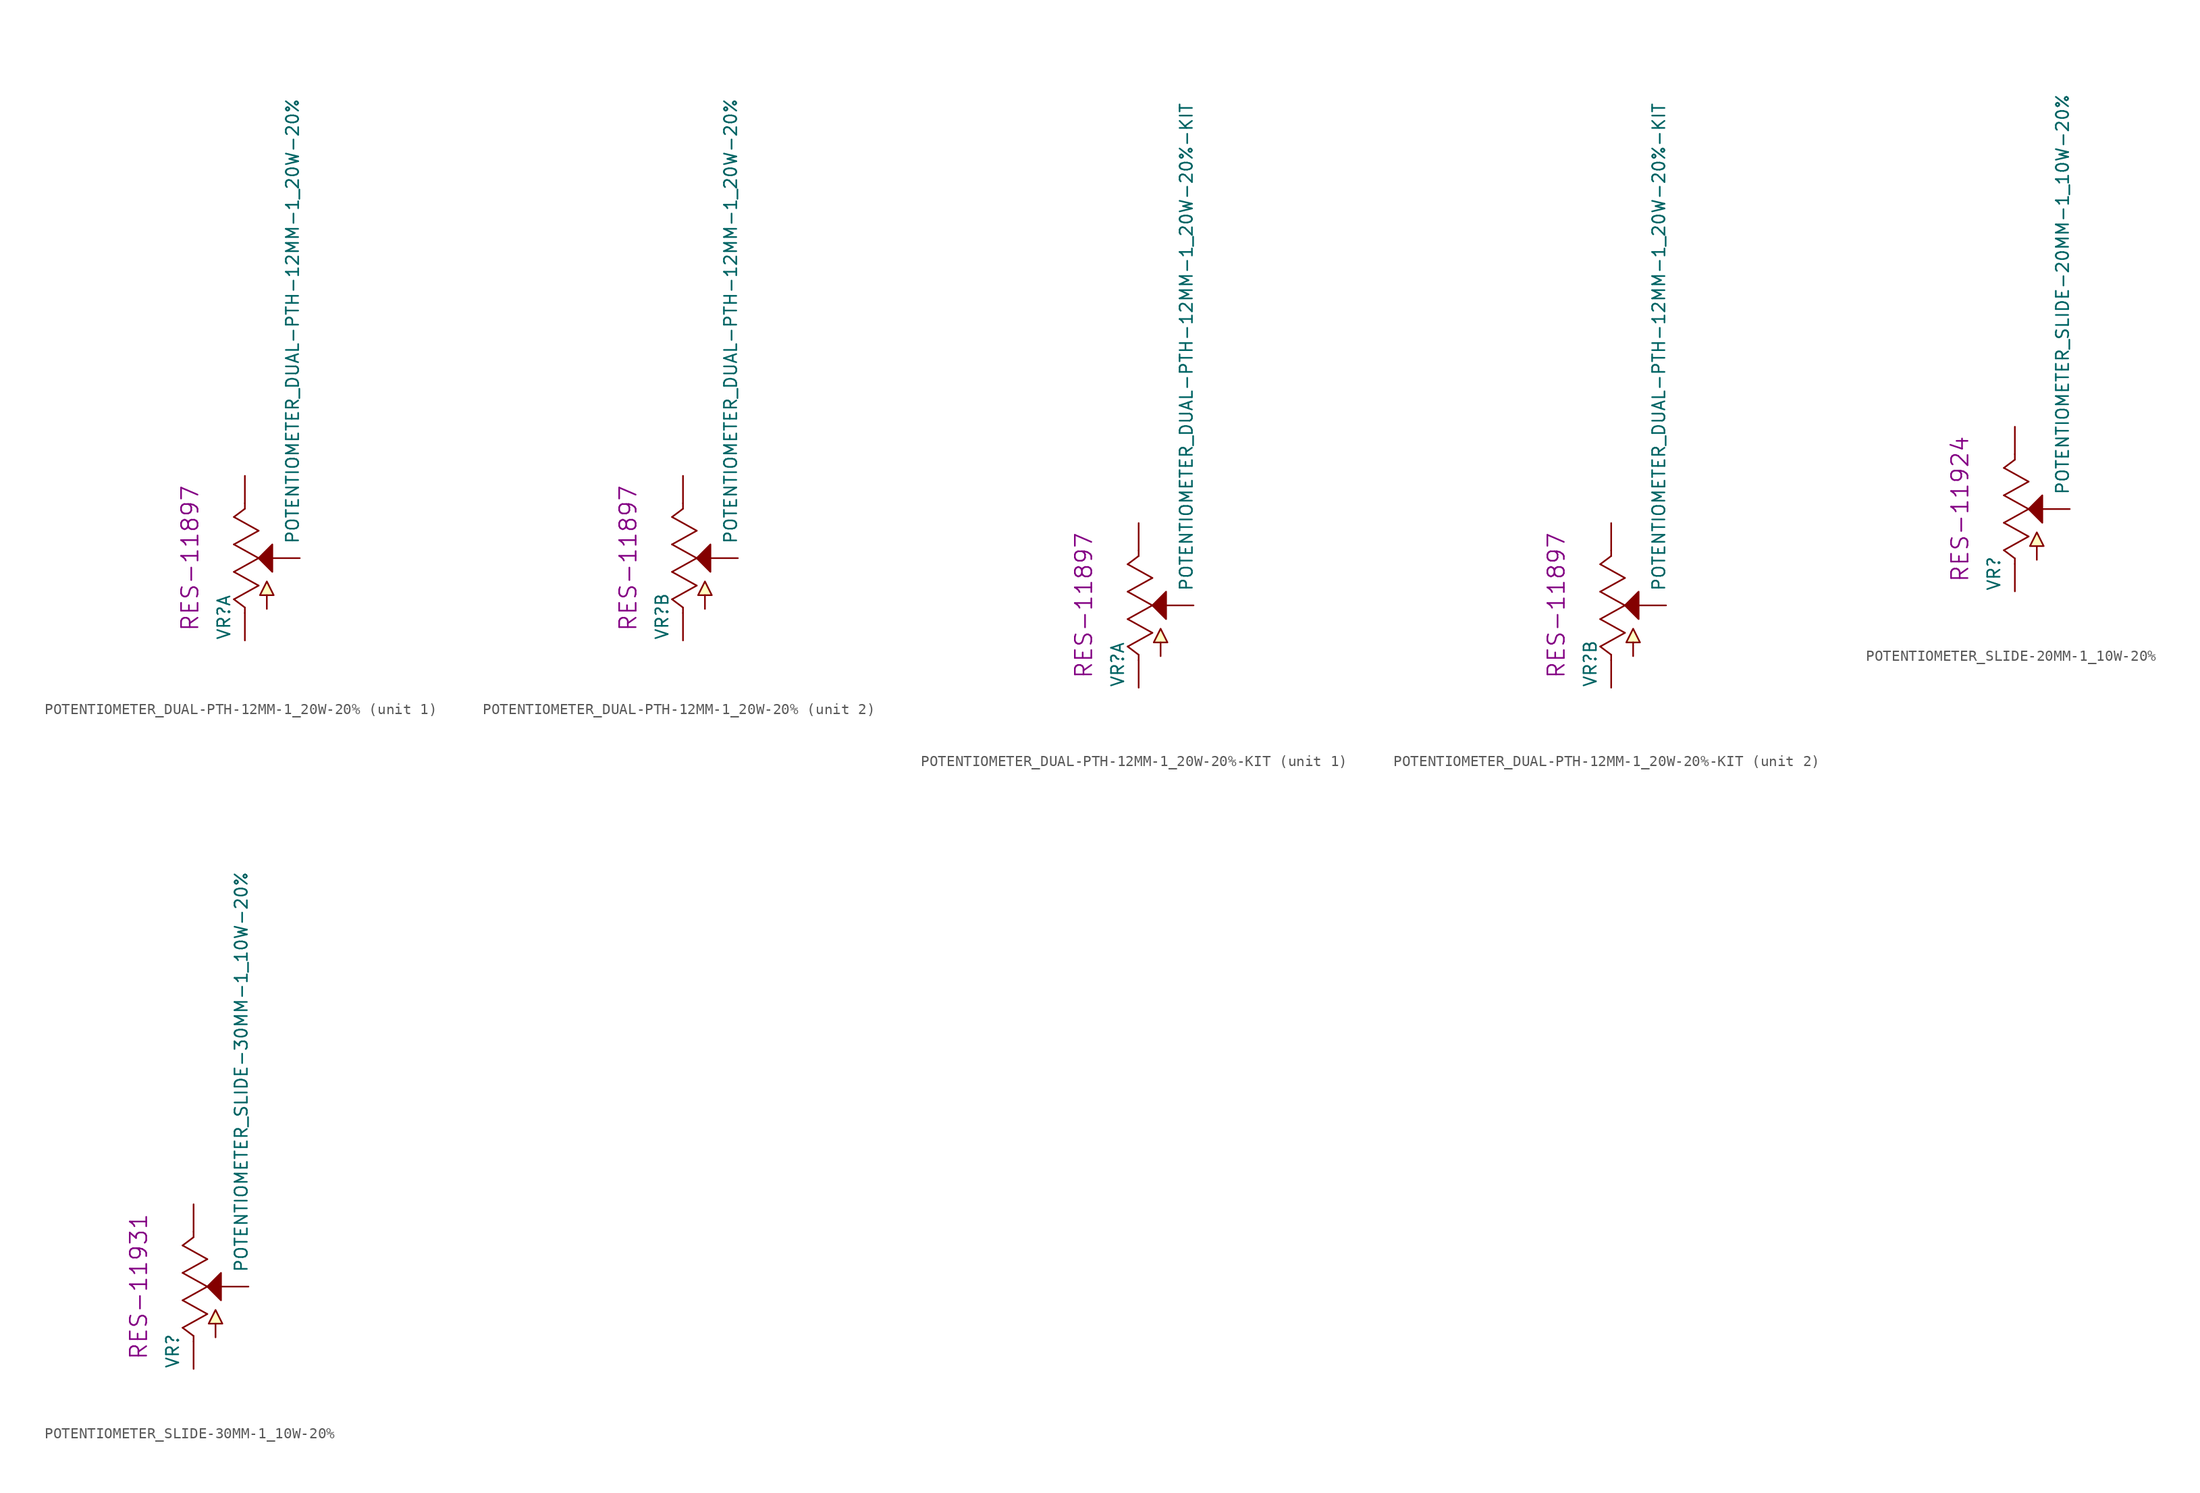
<source format=kicad_sym>
(kicad_symbol_lib
  (version 20211014)
  (generator kicad_symbol_editor)
  (symbol "POTENTIOMETER_DUAL-PTH-12MM-1_20W-20%"
    (pin_numbers hide)
    (pin_names
      (offset 1.016) hide)
    (property "Reference" "VR"
      (at -1.27 -7.62 90)
      (effects (font (size 1.143 1.143)) (justify left bottom)))
    (property "Value" "POTENTIOMETER_DUAL-PTH-12MM-1_20W-20%"
      (at 5.08 1.27 90)
      (effects (font (size 1.143 1.143)) (justify left bottom)))
    (property "Field4" "RES-11897"
      (at -5.08 0 90)
      (effects (font (size 1.524 1.524))))
    (property "ki_locked" ""
      (at 0 0 0)
      (effects (font (size 1.27 1.27))))
    (symbol "POTENTIOMETER_DUAL-PTH-12MM-1_20W-20%_1_0"
      (polyline (pts (xy -1.016 -3.81) (xy 1.27 -2.54)) (stroke (width 0) (type default) (color 0 0 0 0)) (fill (type none)))
      (polyline (pts (xy -1.016 -1.27) (xy 1.27 0)) (stroke (width 0) (type default) (color 0 0 0 0)) (fill (type none)))
      (polyline (pts (xy -1.016 1.27) (xy 1.27 2.54)) (stroke (width 0) (type default) (color 0 0 0 0)) (fill (type none)))
      (polyline (pts (xy -1.016 3.81) (xy 0 4.572)) (stroke (width 0) (type default) (color 0 0 0 0)) (fill (type none)))
      (polyline (pts (xy 0 -5.08) (xy 0 -4.572)) (stroke (width 0) (type default) (color 0 0 0 0)) (fill (type none)))
      (polyline (pts (xy 0 -4.572) (xy -1.016 -3.81)) (stroke (width 0) (type default) (color 0 0 0 0)) (fill (type none)))
      (polyline (pts (xy 0 4.572) (xy 0 5.08)) (stroke (width 0) (type default) (color 0 0 0 0)) (fill (type none)))
      (polyline (pts (xy 1.27 -2.54) (xy -1.016 -1.27)) (stroke (width 0) (type default) (color 0 0 0 0)) (fill (type none)))
      (polyline (pts (xy 1.27 0) (xy -1.016 1.27)) (stroke (width 0) (type default) (color 0 0 0 0)) (fill (type none)))
      (polyline (pts (xy 1.27 2.54) (xy -1.016 3.81)) (stroke (width 0) (type default) (color 0 0 0 0)) (fill (type none)))
      (polyline (pts (xy 2.032 -4.699) (xy 2.032 -3.429)) (stroke (width 0) (type default) (color 0 0 0 0)) (fill (type none))))
    (symbol "POTENTIOMETER_DUAL-PTH-12MM-1_20W-20%_1_1"
      (polyline (pts (xy 2.032 -2.159) (xy 2.667 -3.429) (xy 2.032 -3.429) (xy 1.397 -3.429) (xy 2.032 -2.159)) (stroke (width 0) (type default) (color 0 0 0 0)) (fill (type background)))
      (polyline (pts (xy 2.54 -1.27) (xy 1.27 0) (xy 1.27 0) (xy 2.54 1.27) (xy 2.54 1.27) (xy 2.54 -1.27)) (stroke (width 0) (type default) (color 0 0 0 0)) (fill (type outline)))
      (pin passive line (at 0 7.62 270) (length 2.54) (name "E" (effects (font (size 1.016 1.016)))) (number "A1" (effects (font (size 1.016 1.016)))))
      (pin passive line (at 5.08 0 180) (length 2.54) (name "S" (effects (font (size 1.016 1.016)))) (number "A2" (effects (font (size 1.016 1.016)))))
      (pin passive line (at 0 -7.62 90) (length 2.54) (name "A" (effects (font (size 1.016 1.016)))) (number "A3" (effects (font (size 1.016 1.016))))))
    (symbol "POTENTIOMETER_DUAL-PTH-12MM-1_20W-20%_2_0"
      (polyline (pts (xy -1.016 -3.81) (xy 1.27 -2.54)) (stroke (width 0) (type default) (color 0 0 0 0)) (fill (type none)))
      (polyline (pts (xy -1.016 -1.27) (xy 1.27 0)) (stroke (width 0) (type default) (color 0 0 0 0)) (fill (type none)))
      (polyline (pts (xy -1.016 1.27) (xy 1.27 2.54)) (stroke (width 0) (type default) (color 0 0 0 0)) (fill (type none)))
      (polyline (pts (xy -1.016 3.81) (xy 0 4.572)) (stroke (width 0) (type default) (color 0 0 0 0)) (fill (type none)))
      (polyline (pts (xy 0 -5.08) (xy 0 -4.572)) (stroke (width 0) (type default) (color 0 0 0 0)) (fill (type none)))
      (polyline (pts (xy 0 -4.572) (xy -1.016 -3.81)) (stroke (width 0) (type default) (color 0 0 0 0)) (fill (type none)))
      (polyline (pts (xy 0 4.572) (xy 0 5.08)) (stroke (width 0) (type default) (color 0 0 0 0)) (fill (type none)))
      (polyline (pts (xy 1.27 -2.54) (xy -1.016 -1.27)) (stroke (width 0) (type default) (color 0 0 0 0)) (fill (type none)))
      (polyline (pts (xy 1.27 0) (xy -1.016 1.27)) (stroke (width 0) (type default) (color 0 0 0 0)) (fill (type none)))
      (polyline (pts (xy 1.27 2.54) (xy -1.016 3.81)) (stroke (width 0) (type default) (color 0 0 0 0)) (fill (type none)))
      (polyline (pts (xy 2.032 -4.699) (xy 2.032 -3.429)) (stroke (width 0) (type default) (color 0 0 0 0)) (fill (type none))))
    (symbol "POTENTIOMETER_DUAL-PTH-12MM-1_20W-20%_2_1"
      (polyline (pts (xy 2.032 -2.159) (xy 2.667 -3.429) (xy 2.032 -3.429) (xy 1.397 -3.429) (xy 2.032 -2.159)) (stroke (width 0) (type default) (color 0 0 0 0)) (fill (type background)))
      (polyline (pts (xy 2.54 -1.27) (xy 1.27 0) (xy 1.27 0) (xy 2.54 1.27) (xy 2.54 1.27) (xy 2.54 -1.27)) (stroke (width 0) (type default) (color 0 0 0 0)) (fill (type outline)))
      (pin passive line (at 0 7.62 270) (length 2.54) (name "E" (effects (font (size 1.016 1.016)))) (number "B1" (effects (font (size 1.016 1.016)))))
      (pin passive line (at 5.08 0 180) (length 2.54) (name "S" (effects (font (size 1.016 1.016)))) (number "B2" (effects (font (size 1.016 1.016)))))
      (pin passive line (at 0 -7.62 90) (length 2.54) (name "A" (effects (font (size 1.016 1.016)))) (number "B3" (effects (font (size 1.016 1.016)))))))
  (symbol "POTENTIOMETER_DUAL-PTH-12MM-1_20W-20%-KIT"
    (pin_numbers hide)
    (pin_names
      (offset 1.016) hide)
    (property "Reference" "VR"
      (at -1.27 -7.62 90)
      (effects (font (size 1.143 1.143)) (justify left bottom)))
    (property "Value" "POTENTIOMETER_DUAL-PTH-12MM-1_20W-20%-KIT"
      (at 5.08 1.27 90)
      (effects (font (size 1.143 1.143)) (justify left bottom)))
    (property "Field4" "RES-11897"
      (at -5.08 0 90)
      (effects (font (size 1.524 1.524))))
    (property "ki_locked" ""
      (at 0 0 0)
      (effects (font (size 1.27 1.27))))
    (symbol "POTENTIOMETER_DUAL-PTH-12MM-1_20W-20%-KIT_1_0"
      (polyline (pts (xy -1.016 -3.81) (xy 1.27 -2.54)) (stroke (width 0) (type default) (color 0 0 0 0)) (fill (type none)))
      (polyline (pts (xy -1.016 -1.27) (xy 1.27 0)) (stroke (width 0) (type default) (color 0 0 0 0)) (fill (type none)))
      (polyline (pts (xy -1.016 1.27) (xy 1.27 2.54)) (stroke (width 0) (type default) (color 0 0 0 0)) (fill (type none)))
      (polyline (pts (xy -1.016 3.81) (xy 0 4.572)) (stroke (width 0) (type default) (color 0 0 0 0)) (fill (type none)))
      (polyline (pts (xy 0 -5.08) (xy 0 -4.572)) (stroke (width 0) (type default) (color 0 0 0 0)) (fill (type none)))
      (polyline (pts (xy 0 -4.572) (xy -1.016 -3.81)) (stroke (width 0) (type default) (color 0 0 0 0)) (fill (type none)))
      (polyline (pts (xy 0 4.572) (xy 0 5.08)) (stroke (width 0) (type default) (color 0 0 0 0)) (fill (type none)))
      (polyline (pts (xy 1.27 -2.54) (xy -1.016 -1.27)) (stroke (width 0) (type default) (color 0 0 0 0)) (fill (type none)))
      (polyline (pts (xy 1.27 0) (xy -1.016 1.27)) (stroke (width 0) (type default) (color 0 0 0 0)) (fill (type none)))
      (polyline (pts (xy 1.27 2.54) (xy -1.016 3.81)) (stroke (width 0) (type default) (color 0 0 0 0)) (fill (type none)))
      (polyline (pts (xy 2.032 -4.699) (xy 2.032 -3.429)) (stroke (width 0) (type default) (color 0 0 0 0)) (fill (type none))))
    (symbol "POTENTIOMETER_DUAL-PTH-12MM-1_20W-20%-KIT_1_1"
      (polyline (pts (xy 2.032 -2.159) (xy 2.667 -3.429) (xy 2.032 -3.429) (xy 1.397 -3.429) (xy 2.032 -2.159)) (stroke (width 0) (type default) (color 0 0 0 0)) (fill (type background)))
      (polyline (pts (xy 2.54 -1.27) (xy 1.27 0) (xy 1.27 0) (xy 2.54 1.27) (xy 2.54 1.27) (xy 2.54 -1.27)) (stroke (width 0) (type default) (color 0 0 0 0)) (fill (type outline)))
      (pin passive line (at 0 7.62 270) (length 2.54) (name "E" (effects (font (size 1.016 1.016)))) (number "A1" (effects (font (size 1.016 1.016)))))
      (pin passive line (at 5.08 0 180) (length 2.54) (name "S" (effects (font (size 1.016 1.016)))) (number "A2" (effects (font (size 1.016 1.016)))))
      (pin passive line (at 0 -7.62 90) (length 2.54) (name "A" (effects (font (size 1.016 1.016)))) (number "A3" (effects (font (size 1.016 1.016))))))
    (symbol "POTENTIOMETER_DUAL-PTH-12MM-1_20W-20%-KIT_2_0"
      (polyline (pts (xy -1.016 -3.81) (xy 1.27 -2.54)) (stroke (width 0) (type default) (color 0 0 0 0)) (fill (type none)))
      (polyline (pts (xy -1.016 -1.27) (xy 1.27 0)) (stroke (width 0) (type default) (color 0 0 0 0)) (fill (type none)))
      (polyline (pts (xy -1.016 1.27) (xy 1.27 2.54)) (stroke (width 0) (type default) (color 0 0 0 0)) (fill (type none)))
      (polyline (pts (xy -1.016 3.81) (xy 0 4.572)) (stroke (width 0) (type default) (color 0 0 0 0)) (fill (type none)))
      (polyline (pts (xy 0 -5.08) (xy 0 -4.572)) (stroke (width 0) (type default) (color 0 0 0 0)) (fill (type none)))
      (polyline (pts (xy 0 -4.572) (xy -1.016 -3.81)) (stroke (width 0) (type default) (color 0 0 0 0)) (fill (type none)))
      (polyline (pts (xy 0 4.572) (xy 0 5.08)) (stroke (width 0) (type default) (color 0 0 0 0)) (fill (type none)))
      (polyline (pts (xy 1.27 -2.54) (xy -1.016 -1.27)) (stroke (width 0) (type default) (color 0 0 0 0)) (fill (type none)))
      (polyline (pts (xy 1.27 0) (xy -1.016 1.27)) (stroke (width 0) (type default) (color 0 0 0 0)) (fill (type none)))
      (polyline (pts (xy 1.27 2.54) (xy -1.016 3.81)) (stroke (width 0) (type default) (color 0 0 0 0)) (fill (type none)))
      (polyline (pts (xy 2.032 -4.699) (xy 2.032 -3.429)) (stroke (width 0) (type default) (color 0 0 0 0)) (fill (type none))))
    (symbol "POTENTIOMETER_DUAL-PTH-12MM-1_20W-20%-KIT_2_1"
      (polyline (pts (xy 2.032 -2.159) (xy 2.667 -3.429) (xy 2.032 -3.429) (xy 1.397 -3.429) (xy 2.032 -2.159)) (stroke (width 0) (type default) (color 0 0 0 0)) (fill (type background)))
      (polyline (pts (xy 2.54 -1.27) (xy 1.27 0) (xy 1.27 0) (xy 2.54 1.27) (xy 2.54 1.27) (xy 2.54 -1.27)) (stroke (width 0) (type default) (color 0 0 0 0)) (fill (type outline)))
      (pin passive line (at 0 7.62 270) (length 2.54) (name "E" (effects (font (size 1.016 1.016)))) (number "B1" (effects (font (size 1.016 1.016)))))
      (pin passive line (at 5.08 0 180) (length 2.54) (name "S" (effects (font (size 1.016 1.016)))) (number "B2" (effects (font (size 1.016 1.016)))))
      (pin passive line (at 0 -7.62 90) (length 2.54) (name "A" (effects (font (size 1.016 1.016)))) (number "B3" (effects (font (size 1.016 1.016)))))))
  (symbol "POTENTIOMETER_SLIDE-20MM-1_10W-20%"
    (pin_numbers hide)
    (pin_names
      (offset 1.016) hide)
    (property "Reference" "VR"
      (at -1.27 -7.62 90)
      (effects (font (size 1.143 1.143)) (justify left bottom)))
    (property "Value" "POTENTIOMETER_SLIDE-20MM-1_10W-20%"
      (at 5.08 1.27 90)
      (effects (font (size 1.143 1.143)) (justify left bottom)))
    (property "Field4" "RES-11924"
      (at -5.08 0 90)
      (effects (font (size 1.524 1.524))))
    (property "ki_locked" ""
      (at 0 0 0)
      (effects (font (size 1.27 1.27))))
    (symbol "POTENTIOMETER_SLIDE-20MM-1_10W-20%_1_0"
      (polyline (pts (xy -1.016 -3.81) (xy 1.27 -2.54)) (stroke (width 0) (type default) (color 0 0 0 0)) (fill (type none)))
      (polyline (pts (xy -1.016 -1.27) (xy 1.27 0)) (stroke (width 0) (type default) (color 0 0 0 0)) (fill (type none)))
      (polyline (pts (xy -1.016 1.27) (xy 1.27 2.54)) (stroke (width 0) (type default) (color 0 0 0 0)) (fill (type none)))
      (polyline (pts (xy -1.016 3.81) (xy 0 4.572)) (stroke (width 0) (type default) (color 0 0 0 0)) (fill (type none)))
      (polyline (pts (xy 0 -5.08) (xy 0 -4.572)) (stroke (width 0) (type default) (color 0 0 0 0)) (fill (type none)))
      (polyline (pts (xy 0 -4.572) (xy -1.016 -3.81)) (stroke (width 0) (type default) (color 0 0 0 0)) (fill (type none)))
      (polyline (pts (xy 0 4.572) (xy 0 5.08)) (stroke (width 0) (type default) (color 0 0 0 0)) (fill (type none)))
      (polyline (pts (xy 1.27 -2.54) (xy -1.016 -1.27)) (stroke (width 0) (type default) (color 0 0 0 0)) (fill (type none)))
      (polyline (pts (xy 1.27 0) (xy -1.016 1.27)) (stroke (width 0) (type default) (color 0 0 0 0)) (fill (type none)))
      (polyline (pts (xy 1.27 2.54) (xy -1.016 3.81)) (stroke (width 0) (type default) (color 0 0 0 0)) (fill (type none)))
      (polyline (pts (xy 2.032 -4.699) (xy 2.032 -3.429)) (stroke (width 0) (type default) (color 0 0 0 0)) (fill (type none))))
    (symbol "POTENTIOMETER_SLIDE-20MM-1_10W-20%_1_1"
      (polyline (pts (xy 2.032 -2.159) (xy 2.667 -3.429) (xy 2.032 -3.429) (xy 1.397 -3.429) (xy 2.032 -2.159)) (stroke (width 0) (type default) (color 0 0 0 0)) (fill (type background)))
      (polyline (pts (xy 2.54 -1.27) (xy 1.27 0) (xy 1.27 0) (xy 2.54 1.27) (xy 2.54 1.27) (xy 2.54 -1.27)) (stroke (width 0) (type default) (color 0 0 0 0)) (fill (type outline)))
      (pin passive line (at 0 -7.62 90) (length 2.54) (name "A" (effects (font (size 1.016 1.016)))) (number "BOTT" (effects (font (size 1.016 1.016)))))
      (pin passive line (at 0 7.62 270) (length 2.54) (name "E" (effects (font (size 1.016 1.016)))) (number "TOP" (effects (font (size 1.016 1.016)))))
      (pin passive line (at 5.08 0 180) (length 2.54) (name "S" (effects (font (size 1.016 1.016)))) (number "WIPE" (effects (font (size 1.016 1.016)))))))
  (symbol "POTENTIOMETER_SLIDE-30MM-1_10W-20%"
    (pin_numbers hide)
    (pin_names
      (offset 1.016) hide)
    (property "Reference" "VR"
      (at -1.27 -7.62 90)
      (effects (font (size 1.143 1.143)) (justify left bottom)))
    (property "Value" "POTENTIOMETER_SLIDE-30MM-1_10W-20%"
      (at 5.08 1.27 90)
      (effects (font (size 1.143 1.143)) (justify left bottom)))
    (property "Field4" "RES-11931"
      (at -5.08 0 90)
      (effects (font (size 1.524 1.524))))
    (property "ki_locked" ""
      (at 0 0 0)
      (effects (font (size 1.27 1.27))))
    (symbol "POTENTIOMETER_SLIDE-30MM-1_10W-20%_1_0"
      (polyline (pts (xy -1.016 -3.81) (xy 1.27 -2.54)) (stroke (width 0) (type default) (color 0 0 0 0)) (fill (type none)))
      (polyline (pts (xy -1.016 -1.27) (xy 1.27 0)) (stroke (width 0) (type default) (color 0 0 0 0)) (fill (type none)))
      (polyline (pts (xy -1.016 1.27) (xy 1.27 2.54)) (stroke (width 0) (type default) (color 0 0 0 0)) (fill (type none)))
      (polyline (pts (xy -1.016 3.81) (xy 0 4.572)) (stroke (width 0) (type default) (color 0 0 0 0)) (fill (type none)))
      (polyline (pts (xy 0 -5.08) (xy 0 -4.572)) (stroke (width 0) (type default) (color 0 0 0 0)) (fill (type none)))
      (polyline (pts (xy 0 -4.572) (xy -1.016 -3.81)) (stroke (width 0) (type default) (color 0 0 0 0)) (fill (type none)))
      (polyline (pts (xy 0 4.572) (xy 0 5.08)) (stroke (width 0) (type default) (color 0 0 0 0)) (fill (type none)))
      (polyline (pts (xy 1.27 -2.54) (xy -1.016 -1.27)) (stroke (width 0) (type default) (color 0 0 0 0)) (fill (type none)))
      (polyline (pts (xy 1.27 0) (xy -1.016 1.27)) (stroke (width 0) (type default) (color 0 0 0 0)) (fill (type none)))
      (polyline (pts (xy 1.27 2.54) (xy -1.016 3.81)) (stroke (width 0) (type default) (color 0 0 0 0)) (fill (type none)))
      (polyline (pts (xy 2.032 -4.699) (xy 2.032 -3.429)) (stroke (width 0) (type default) (color 0 0 0 0)) (fill (type none))))
    (symbol "POTENTIOMETER_SLIDE-30MM-1_10W-20%_1_1"
      (polyline (pts (xy 2.032 -2.159) (xy 2.667 -3.429) (xy 2.032 -3.429) (xy 1.397 -3.429) (xy 2.032 -2.159)) (stroke (width 0) (type default) (color 0 0 0 0)) (fill (type background)))
      (polyline (pts (xy 2.54 -1.27) (xy 1.27 0) (xy 1.27 0) (xy 2.54 1.27) (xy 2.54 1.27) (xy 2.54 -1.27)) (stroke (width 0) (type default) (color 0 0 0 0)) (fill (type outline)))
      (pin passive line (at 0 -7.62 90) (length 2.54) (name "A" (effects (font (size 1.016 1.016)))) (number "BOTT" (effects (font (size 1.016 1.016)))))
      (pin passive line (at 0 7.62 270) (length 2.54) (name "E" (effects (font (size 1.016 1.016)))) (number "TOP" (effects (font (size 1.016 1.016)))))
      (pin passive line (at 5.08 0 180) (length 2.54) (name "S" (effects (font (size 1.016 1.016)))) (number "WIPE" (effects (font (size 1.016 1.016))))))))
</source>
